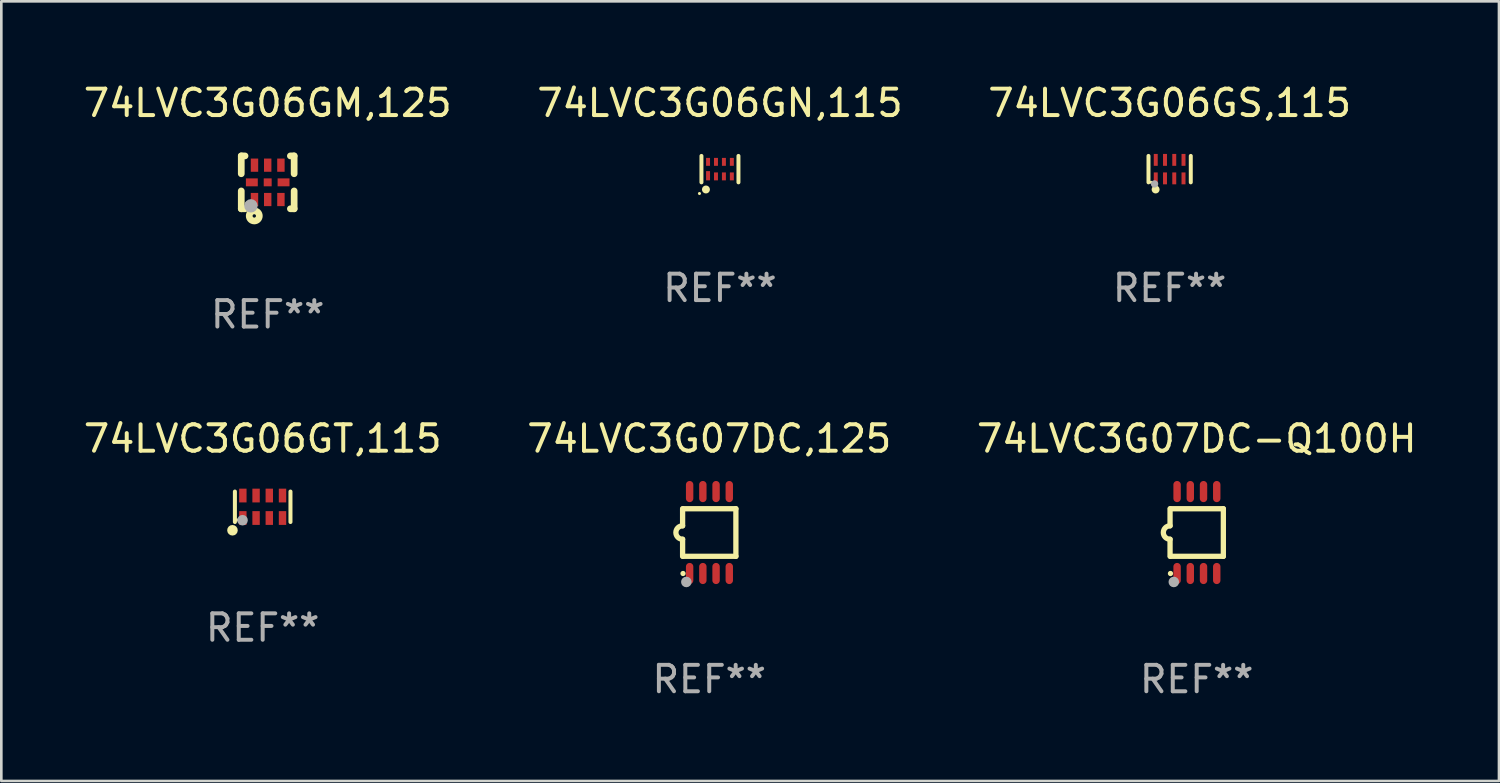
<source format=kicad_pcb>
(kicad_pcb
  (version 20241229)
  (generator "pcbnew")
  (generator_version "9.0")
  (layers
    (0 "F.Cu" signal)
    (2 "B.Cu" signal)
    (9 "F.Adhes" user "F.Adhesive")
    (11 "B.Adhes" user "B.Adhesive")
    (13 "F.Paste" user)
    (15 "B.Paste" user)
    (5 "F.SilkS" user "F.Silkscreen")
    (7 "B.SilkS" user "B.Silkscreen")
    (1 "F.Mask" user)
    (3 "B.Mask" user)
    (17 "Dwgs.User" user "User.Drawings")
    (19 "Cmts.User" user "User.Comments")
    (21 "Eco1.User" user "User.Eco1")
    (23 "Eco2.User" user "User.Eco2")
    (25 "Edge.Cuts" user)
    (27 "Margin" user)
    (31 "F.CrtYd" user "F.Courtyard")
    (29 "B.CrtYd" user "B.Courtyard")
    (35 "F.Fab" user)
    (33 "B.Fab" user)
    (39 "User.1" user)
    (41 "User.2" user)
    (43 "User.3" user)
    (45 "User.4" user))
  (footprint "74LVC3G07DC-Q100H"
    (layer "F.Cu")
    (at 42.22 17.095)
    (property "Reference" "74LVC3G07DC-Q100H" (at 0 -3.55 0) (layer "F.SilkS") (effects (font (size 1 1) (thickness 0.15))))
    (attr through_hole)
    (fp_line (start -1.008 -0.254) (end -1.008 -0.9) (stroke (width 0.2) (type solid)) (layer "F.SilkS"))
    (fp_line (start -1.008 0.254) (end -1.008 0.9) (stroke (width 0.2) (type solid)) (layer "F.SilkS"))
    (fp_line (start -0.992 0.9) (end 1.008 0.9) (stroke (width 0.2) (type solid)) (layer "F.SilkS"))
    (fp_line (start 1.008 -0.9) (end -0.992 -0.9) (stroke (width 0.2) (type solid)) (layer "F.SilkS"))
    (fp_line (start 1.008 0.9) (end 1.008 -0.9) (stroke (width 0.2) (type solid)) (layer "F.SilkS"))
    (fp_arc (start -1.008001 0.254001) (mid -1.262002 0) (end -1.008001 -0.254001) (stroke (width 0.2) (type solid)) (layer "F.SilkS"))
    (fp_circle (center -0.992 1.55) (end -0.942 1.55) (stroke (width 0.1) (type solid)) (fill no) (layer "F.SilkS"))
    (fp_circle (center -0.866 1.87) (end -0.766 1.87) (stroke (width 0.2) (type solid)) (fill no) (layer "F.Fab"))
    (fp_text user "REF**" (at 0 5.55 0) (layer "F.Fab") (effects (font (size 1 1) (thickness 0.15))))
    (pad "1" smd oval (at -0.742 1.55 270) (size 0.8 0.28) (layers "F.Cu" "F.Mask" "F.Paste"))
    (pad "2" smd oval (at -0.242 1.55 270) (size 0.8 0.28) (layers "F.Cu" "F.Mask" "F.Paste"))
    (pad "3" smd oval (at 0.258 1.55 270) (size 0.8 0.28) (layers "F.Cu" "F.Mask" "F.Paste"))
    (pad "4" smd oval (at 0.758 1.55 270) (size 0.8 0.28) (layers "F.Cu" "F.Mask" "F.Paste"))
    (pad "5" smd oval (at 0.758 -1.55 270) (size 0.8 0.28) (layers "F.Cu" "F.Mask" "F.Paste"))
    (pad "6" smd oval (at 0.258 -1.55 270) (size 0.8 0.28) (layers "F.Cu" "F.Mask" "F.Paste"))
    (pad "7" smd oval (at -0.242 -1.55 270) (size 0.8 0.28) (layers "F.Cu" "F.Mask" "F.Paste"))
    (pad "8" smd oval (at -0.742 -1.55 270) (size 0.8 0.28) (layers "F.Cu" "F.Mask" "F.Paste")))
  (footprint "74LVC3G06GM,125"
    (layer "F.Cu")
    (at 7.077 3.848)
    (property "Reference" "74LVC3G06GM,125" (at 0 -3 0) (layer "F.SilkS") (effects (font (size 1 1) (thickness 0.15))))
    (attr through_hole)
    (fp_line (start -1 -1) (end -0.858 -1) (stroke (width 0.254) (type solid)) (layer "F.SilkS"))
    (fp_line (start -1 -0.325) (end -1 -1) (stroke (width 0.254) (type solid)) (layer "F.SilkS"))
    (fp_line (start -1 1) (end -1 0.325) (stroke (width 0.254) (type solid)) (layer "F.SilkS"))
    (fp_line (start -0.858 1) (end -1 1) (stroke (width 0.254) (type solid)) (layer "F.SilkS"))
    (fp_line (start 0.858 -1) (end 1 -1) (stroke (width 0.254) (type solid)) (layer "F.SilkS"))
    (fp_line (start 1 -1) (end 1 -0.325) (stroke (width 0.254) (type solid)) (layer "F.SilkS"))
    (fp_line (start 1 0.325) (end 1 1) (stroke (width 0.254) (type solid)) (layer "F.SilkS"))
    (fp_line (start 1 1) (end 0.858 1) (stroke (width 0.254) (type solid)) (layer "F.SilkS"))
    (fp_circle (center -0.8 0.8) (end -0.77 0.8) (stroke (width 0.06) (type solid)) (fill no) (layer "F.SilkS"))
    (fp_circle (center -0.508 1.27) (end -0.444 1.27) (stroke (width 0.254) (type solid)) (fill no) (layer "F.SilkS"))
    (fp_circle (center -0.635 0.889) (end -0.508 0.889) (stroke (width 0.254) (type solid)) (fill no) (layer "F.Fab"))
    (fp_text user "REF**" (at 0 5 0) (layer "F.Fab") (effects (font (size 1 1) (thickness 0.15))))
    (pad "1" smd rect (at -0.5 0.65 90) (size 0.5 0.28) (layers "F.Cu" "F.Mask" "F.Paste"))
    (pad "2" smd rect (at 0.000013 0.65 90) (size 0.5 0.28) (layers "F.Cu" "F.Mask" "F.Paste"))
    (pad "3" smd rect (at 0.5 0.65 90) (size 0.5 0.28) (layers "F.Cu" "F.Mask" "F.Paste"))
    (pad "4" smd rect (at 0.6 0.000076 180) (size 0.45 0.3) (layers "F.Cu" "F.Mask" "F.Paste"))
    (pad "5" smd rect (at 0.5 -0.65 90) (size 0.5 0.28) (layers "F.Cu" "F.Mask" "F.Paste"))
    (pad "6" smd rect (at 0.000013 -0.65 90) (size 0.5 0.28) (layers "F.Cu" "F.Mask" "F.Paste"))
    (pad "7" smd rect (at -0.5 -0.65 90) (size 0.5 0.28) (layers "F.Cu" "F.Mask" "F.Paste"))
    (pad "8" smd rect (at -0.6 0.000076 180) (size 0.45 0.3) (layers "F.Cu" "F.Mask" "F.Paste"))
    (pad "9" smd rect (at 0.000013 0.000076 180) (size 0.3 0.3) (layers "F.Cu" "F.Mask" "F.Paste")))
  (footprint "74LVC3G07DC,125"
    (layer "F.Cu")
    (at 23.78 17.095)
    (property "Reference" "74LVC3G07DC,125" (at 0 -3.55 0) (layer "F.SilkS") (effects (font (size 1 1) (thickness 0.15))))
    (attr through_hole)
    (fp_line (start -1.008 -0.254) (end -1.008 -0.9) (stroke (width 0.2) (type solid)) (layer "F.SilkS"))
    (fp_line (start -1.008 0.254) (end -1.008 0.9) (stroke (width 0.2) (type solid)) (layer "F.SilkS"))
    (fp_line (start -0.992 0.9) (end 1.008 0.9) (stroke (width 0.2) (type solid)) (layer "F.SilkS"))
    (fp_line (start 1.008 -0.9) (end -0.992 -0.9) (stroke (width 0.2) (type solid)) (layer "F.SilkS"))
    (fp_line (start 1.008 0.9) (end 1.008 -0.9) (stroke (width 0.2) (type solid)) (layer "F.SilkS"))
    (fp_arc (start -1.008001 0.254001) (mid -1.262002 0) (end -1.008001 -0.254001) (stroke (width 0.2) (type solid)) (layer "F.SilkS"))
    (fp_circle (center -0.992 1.55) (end -0.942 1.55) (stroke (width 0.1) (type solid)) (fill no) (layer "F.SilkS"))
    (fp_circle (center -0.866 1.87) (end -0.766 1.87) (stroke (width 0.2) (type solid)) (fill no) (layer "F.Fab"))
    (fp_text user "REF**" (at 0 5.55 0) (layer "F.Fab") (effects (font (size 1 1) (thickness 0.15))))
    (pad "1" smd oval (at -0.742 1.55 270) (size 0.8 0.28) (layers "F.Cu" "F.Mask" "F.Paste"))
    (pad "2" smd oval (at -0.242 1.55 270) (size 0.8 0.28) (layers "F.Cu" "F.Mask" "F.Paste"))
    (pad "3" smd oval (at 0.258 1.55 270) (size 0.8 0.28) (layers "F.Cu" "F.Mask" "F.Paste"))
    (pad "4" smd oval (at 0.758 1.55 270) (size 0.8 0.28) (layers "F.Cu" "F.Mask" "F.Paste"))
    (pad "5" smd oval (at 0.758 -1.55 270) (size 0.8 0.28) (layers "F.Cu" "F.Mask" "F.Paste"))
    (pad "6" smd oval (at 0.258 -1.55 270) (size 0.8 0.28) (layers "F.Cu" "F.Mask" "F.Paste"))
    (pad "7" smd oval (at -0.242 -1.55 270) (size 0.8 0.28) (layers "F.Cu" "F.Mask" "F.Paste"))
    (pad "8" smd oval (at -0.742 -1.55 270) (size 0.8 0.28) (layers "F.Cu" "F.Mask" "F.Paste")))
  (footprint "74LVC3G06GT,115"
    (layer "F.Cu")
    (at 6.887 16.121)
    (property "Reference" "74LVC3G06GT,115" (at 0 -2.576 0) (layer "F.SilkS") (effects (font (size 1 1) (thickness 0.15))))
    (attr through_hole)
    (fp_line (start -1.051 0.576) (end -1.051 -0.576) (stroke (width 0.152) (type solid)) (layer "F.SilkS"))
    (fp_line (start 1.051 -0.576) (end 1.051 0.576) (stroke (width 0.152) (type solid)) (layer "F.SilkS"))
    (fp_circle (center -1.143 0.889) (end -1.043 0.889) (stroke (width 0.2) (type solid)) (fill no) (layer "F.SilkS"))
    (fp_circle (center -0.975 0.5) (end -0.945 0.5) (stroke (width 0.06) (type solid)) (fill no) (layer "F.SilkS"))
    (fp_circle (center -0.762 0.508) (end -0.662 0.508) (stroke (width 0.2) (type solid)) (fill no) (layer "F.Fab"))
    (fp_text user "REF**" (at 0 4.576 0) (layer "F.Fab") (effects (font (size 1 1) (thickness 0.15))))
    (pad "1" smd rect (at -0.75 0.425) (size 0.28 0.521) (layers "F.Cu" "F.Mask" "F.Paste"))
    (pad "2" smd rect (at -0.25 0.425) (size 0.28 0.521) (layers "F.Cu" "F.Mask" "F.Paste"))
    (pad "3" smd rect (at 0.25 0.425) (size 0.28 0.521) (layers "F.Cu" "F.Mask" "F.Paste"))
    (pad "4" smd rect (at 0.75 0.425) (size 0.28 0.521) (layers "F.Cu" "F.Mask" "F.Paste"))
    (pad "5" smd rect (at 0.75 -0.425) (size 0.28 0.521) (layers "F.Cu" "F.Mask" "F.Paste"))
    (pad "6" smd rect (at 0.25 -0.425) (size 0.28 0.521) (layers "F.Cu" "F.Mask" "F.Paste"))
    (pad "7" smd rect (at -0.25 -0.425) (size 0.28 0.521) (layers "F.Cu" "F.Mask" "F.Paste"))
    (pad "8" smd rect (at -0.75 -0.425) (size 0.28 0.521) (layers "F.Cu" "F.Mask" "F.Paste")))
  (footprint "74LVC3G06GN,115"
    (layer "F.Cu")
    (at 24.185 3.348)
    (property "Reference" "74LVC3G06GN,115" (at 0 -2.5 0) (layer "F.SilkS") (effects (font (size 1 1) (thickness 0.15))))
    (attr through_hole)
    (fp_line (start -0.7 -0.5) (end -0.7 0.5) (stroke (width 0.15) (type solid)) (layer "F.SilkS"))
    (fp_line (start 0.7 -0.5) (end 0.7 0.5) (stroke (width 0.15) (type solid)) (layer "F.SilkS"))
    (fp_circle (center -0.775 0.922) (end -0.745 0.922) (stroke (width 0.06) (type solid)) (fill no) (layer "F.SilkS"))
    (fp_circle (center -0.53 0.77) (end -0.454 0.77) (stroke (width 0.15) (type solid)) (fill no) (layer "F.SilkS"))
    (fp_text user "REF**" (at 0 4.5 0) (layer "F.Fab") (effects (font (size 1 1) (thickness 0.15))))
    (pad "1" smd rect (at -0.45 0.25) (size 0.15 0.35) (layers "F.Cu" "F.Mask" "F.Paste"))
    (pad "2" smd rect (at -0.15 0.275) (size 0.15 0.3) (layers "F.Cu" "F.Mask" "F.Paste"))
    (pad "3" smd rect (at 0.15 0.275) (size 0.15 0.3) (layers "F.Cu" "F.Mask" "F.Paste"))
    (pad "4" smd rect (at 0.45 0.275) (size 0.15 0.3) (layers "F.Cu" "F.Mask" "F.Paste"))
    (pad "5" smd rect (at 0.45 -0.275) (size 0.15 0.3) (layers "F.Cu" "F.Mask" "F.Paste"))
    (pad "6" smd rect (at 0.15 -0.275) (size 0.15 0.3) (layers "F.Cu" "F.Mask" "F.Paste"))
    (pad "7" smd rect (at -0.15 -0.275) (size 0.15 0.3) (layers "F.Cu" "F.Mask" "F.Paste"))
    (pad "8" smd rect (at -0.45 -0.275) (size 0.15 0.3) (layers "F.Cu" "F.Mask" "F.Paste")))
  (footprint "74LVC3G06GS,115"
    (layer "F.Cu")
    (at 41.196 3.348)
    (property "Reference" "74LVC3G06GS,115" (at 0 -2.5 0) (layer "F.SilkS") (effects (font (size 1 1) (thickness 0.15))))
    (attr through_hole)
    (fp_line (start -0.8 -0.5) (end -0.8 0.5) (stroke (width 0.15) (type solid)) (layer "F.SilkS"))
    (fp_line (start 0.8 -0.5) (end 0.8 0.5) (stroke (width 0.15) (type solid)) (layer "F.SilkS"))
    (fp_circle (center -0.7 0.5) (end -0.67 0.5) (stroke (width 0.06) (type solid)) (fill no) (layer "F.SilkS"))
    (fp_circle (center -0.53 0.77) (end -0.454 0.77) (stroke (width 0.15) (type solid)) (fill no) (layer "F.SilkS"))
    (fp_circle (center -0.57 0.56) (end -0.5 0.56) (stroke (width 0.14) (type solid)) (fill no) (layer "F.Fab"))
    (fp_text user "REF**" (at 0 4.5 0) (layer "F.Fab") (effects (font (size 1 1) (thickness 0.15))))
    (pad "1" smd rect (at -0.525 0.35) (size 0.15 0.45) (layers "F.Cu" "F.Mask" "F.Paste"))
    (pad "2" smd rect (at -0.175 0.35) (size 0.15 0.45) (layers "F.Cu" "F.Mask" "F.Paste"))
    (pad "3" smd rect (at 0.175 0.35) (size 0.15 0.45) (layers "F.Cu" "F.Mask" "F.Paste"))
    (pad "4" smd rect (at 0.525 0.35) (size 0.15 0.45) (layers "F.Cu" "F.Mask" "F.Paste"))
    (pad "5" smd rect (at 0.525 -0.35) (size 0.15 0.45) (layers "F.Cu" "F.Mask" "F.Paste"))
    (pad "6" smd rect (at 0.175 -0.35) (size 0.15 0.45) (layers "F.Cu" "F.Mask" "F.Paste"))
    (pad "7" smd rect (at -0.175 -0.35) (size 0.15 0.45) (layers "F.Cu" "F.Mask" "F.Paste"))
    (pad "8" smd rect (at -0.525 -0.35) (size 0.15 0.45) (layers "F.Cu" "F.Mask" "F.Paste")))
  (gr_rect
    (start -3 -3)
    (end 53.655 26.493)
    (stroke (width 0.1) (type default))
    (fill no)
    (layer "Edge.Cuts")))
</source>
